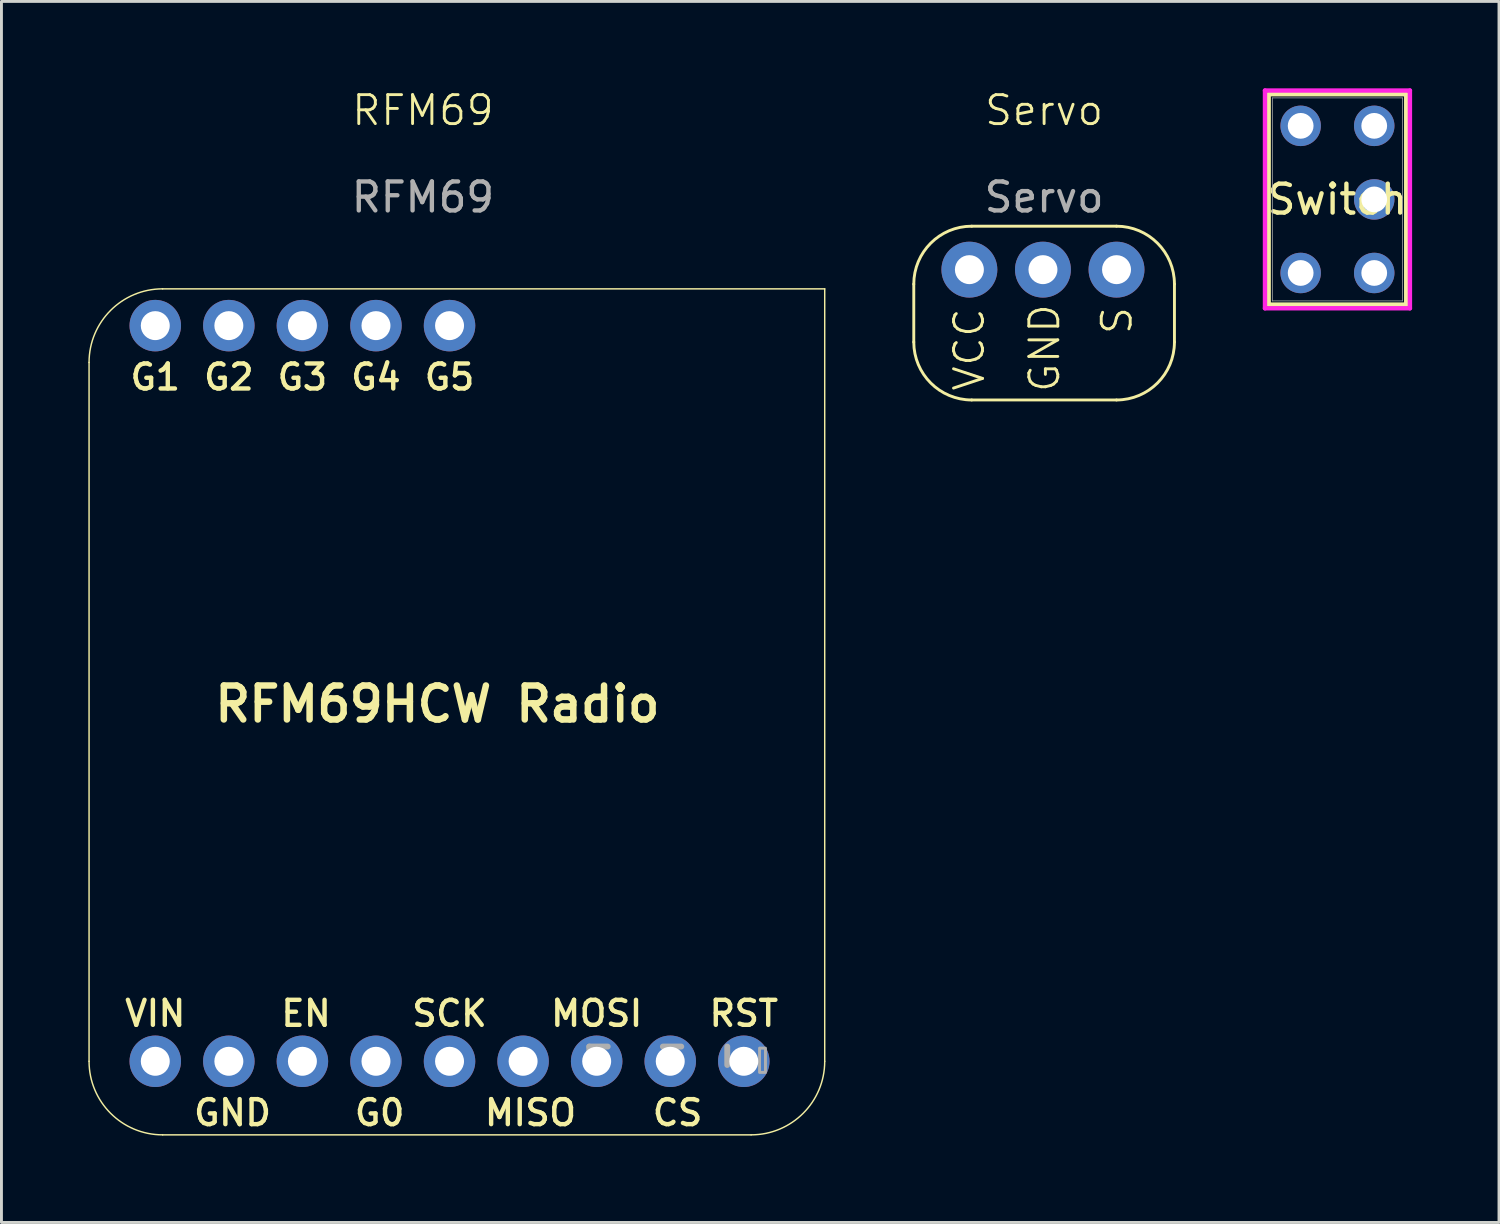
<source format=kicad_pcb>
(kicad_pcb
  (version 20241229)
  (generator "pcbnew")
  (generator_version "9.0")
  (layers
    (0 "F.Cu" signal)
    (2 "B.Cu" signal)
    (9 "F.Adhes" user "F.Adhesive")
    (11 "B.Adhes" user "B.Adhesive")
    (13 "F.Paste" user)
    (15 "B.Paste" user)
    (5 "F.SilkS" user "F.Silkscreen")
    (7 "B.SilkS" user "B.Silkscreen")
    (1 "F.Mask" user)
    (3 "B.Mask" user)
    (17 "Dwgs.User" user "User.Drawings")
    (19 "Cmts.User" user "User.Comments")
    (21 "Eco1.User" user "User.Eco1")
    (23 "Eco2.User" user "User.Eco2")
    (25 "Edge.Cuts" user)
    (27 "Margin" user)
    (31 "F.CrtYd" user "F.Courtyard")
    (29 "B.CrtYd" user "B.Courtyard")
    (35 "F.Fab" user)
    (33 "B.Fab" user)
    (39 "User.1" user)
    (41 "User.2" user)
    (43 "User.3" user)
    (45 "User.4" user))
  (footprint "Servo"
    (layer "F.Cu")
    (at 33 1.26)
    (property "Reference" "Servo" (at 0 -0.5 0) (unlocked yes) (layer "F.SilkS") (effects (font (size 1 1) (thickness 0.1))))
    (attr smd)
    (fp_line (start -4.5 7.5) (end -4.5 5.5) (stroke (width 0.1) (type default)) (layer "F.SilkS"))
    (fp_line (start -2.5 3.5) (end 2.5 3.5) (stroke (width 0.1) (type default)) (layer "F.SilkS"))
    (fp_line (start 2.5 9.5) (end -2.5 9.5) (stroke (width 0.1) (type default)) (layer "F.SilkS"))
    (fp_line (start 4.5 5.5) (end 4.5 7.5) (stroke (width 0.1) (type default)) (layer "F.SilkS"))
    (fp_arc (start -4.5 5.5) (mid -3.914214 4.085786) (end -2.5 3.5) (stroke (width 0.1) (type default)) (layer "F.SilkS"))
    (fp_arc (start -2.5 9.5) (mid -3.914214 8.914214) (end -4.5 7.5) (stroke (width 0.1) (type default)) (layer "F.SilkS"))
    (fp_arc (start 2.5 3.5) (mid 3.914214 4.085786) (end 4.5 5.5) (stroke (width 0.1) (type default)) (layer "F.SilkS"))
    (fp_arc (start 4.5 7.5) (mid 3.914214 8.914214) (end 2.5 9.5) (stroke (width 0.1) (type default)) (layer "F.SilkS"))
    (fp_text user "VCC" (at -2 9.25 90) (unlocked yes) (layer "F.SilkS") (effects (font (size 1 1) (thickness 0.1)) (justify left bottom)))
    (fp_text user "GND" (at 0.6 9.3 90) (unlocked yes) (layer "F.SilkS") (effects (font (size 1 1) (thickness 0.1)) (justify left bottom)))
    (fp_text user "S" (at 3.1 7.3 90) (unlocked yes) (layer "F.SilkS") (effects (font (size 1 1) (thickness 0.1)) (justify left bottom)))
    (fp_text user "${REFERENCE}" (at 0 2.5 0) (unlocked yes) (layer "F.Fab") (effects (font (size 1 1) (thickness 0.15))))
    (pad "1" thru_hole circle (at -2.58 5 90) (size 1.93 1.93) (drill 1) (layers "*.Cu" "*.Mask"))
    (pad "2" thru_hole circle (at -0.04 5 90) (size 1.93 1.93) (drill 1) (layers "*.Cu" "*.Mask"))
    (pad "3" thru_hole circle (at 2.5 5 90) (size 1.93 1.93) (drill 1) (layers "*.Cu" "*.Mask")))
  (footprint "Switch"
    (layer "F.Cu")
    (at 41.858 1.295)
    (property "Reference" "Switch" (at 1.27 2.54 0) (unlocked yes) (layer "F.SilkS") (effects (font (size 1 1) (thickness 0.15))))
    (attr through_hole)
    (fp_line (start -1.105 -1.092) (end -1.105 6.172) (stroke (width 0.152) (type solid)) (layer "F.SilkS"))
    (fp_line (start -1.105 6.172) (end 3.645 6.172) (stroke (width 0.152) (type solid)) (layer "F.SilkS"))
    (fp_line (start 3.645 -1.092) (end -1.105 -1.092) (stroke (width 0.152) (type solid)) (layer "F.SilkS"))
    (fp_line (start 3.645 6.172) (end 3.645 -1.092) (stroke (width 0.152) (type solid)) (layer "F.SilkS"))
    (fp_line (start -1.232 -1.219) (end -1.232 6.299) (stroke (width 0.152) (type solid)) (layer "F.CrtYd"))
    (fp_line (start -1.232 6.299) (end 3.772 6.299) (stroke (width 0.152) (type solid)) (layer "F.CrtYd"))
    (fp_line (start 3.772 -1.219) (end -1.232 -1.219) (stroke (width 0.152) (type solid)) (layer "F.CrtYd"))
    (fp_line (start 3.772 6.299) (end 3.772 -1.219) (stroke (width 0.152) (type solid)) (layer "F.CrtYd"))
    (fp_line (start -0.978 -0.965) (end -0.978 6.045) (stroke (width 0.025) (type solid)) (layer "F.Fab"))
    (fp_line (start -0.978 6.045) (end 3.518 6.045) (stroke (width 0.025) (type solid)) (layer "F.Fab"))
    (fp_line (start 3.518 -0.965) (end -0.978 -0.965) (stroke (width 0.025) (type solid)) (layer "F.Fab"))
    (fp_line (start 3.518 6.045) (end 3.518 -0.965) (stroke (width 0.025) (type solid)) (layer "F.Fab"))
    (pad "1" thru_hole circle (at 0 0) (size 1.397 1.397) (drill 0.889) (layers "*.Cu" "*.Mask"))
    (pad "2" thru_hole circle (at 2.54 0) (size 1.397 1.397) (drill 0.889) (layers "*.Cu" "*.Mask"))
    (pad "4" thru_hole circle (at 2.54 2.54) (size 1.397 1.397) (drill 0.889) (layers "*.Cu" "*.Mask"))
    (pad "5" thru_hole circle (at 0 5.08) (size 1.397 1.397) (drill 0.889) (layers "*.Cu" "*.Mask"))
    (pad "6" thru_hole circle (at 2.54 5.08) (size 1.397 1.397) (drill 0.889) (layers "*.Cu" "*.Mask")))
  (footprint "RFM69"
    (layer "F.Cu")
    (at 11.552 1.26)
    (property "Reference" "RFM69" (at 0 -0.5 0) (unlocked yes) (layer "F.SilkS") (effects (font (size 1 1) (thickness 0.1))))
    (attr smd)
    (fp_line (start -11.527 32.333) (end -11.527 8.203) (stroke (width 0.05) (type solid)) (layer "F.SilkS"))
    (fp_line (start -8.987 5.663) (end 13.873 5.663) (stroke (width 0.05) (type solid)) (layer "F.SilkS"))
    (fp_line (start 11.333 34.873) (end -8.987 34.873) (stroke (width 0.05) (type solid)) (layer "F.SilkS"))
    (fp_line (start 13.873 5.663) (end 13.873 32.333) (stroke (width 0.05) (type solid)) (layer "F.SilkS"))
    (fp_arc (start -11.527 8.203) (mid -10.783051 6.406949) (end -8.987 5.663) (stroke (width 0.05) (type solid)) (layer "F.SilkS"))
    (fp_arc (start -8.987 34.873) (mid -10.783051 34.129051) (end -11.527 32.333) (stroke (width 0.05) (type solid)) (layer "F.SilkS"))
    (fp_arc (start 13.873 32.333) (mid 13.129051 34.129051) (end 11.333 34.873) (stroke (width 0.05) (type solid)) (layer "F.SilkS"))
    (fp_line (start 5.745 31.825) (end 6.38 31.825) (stroke (width 0.203) (type solid)) (layer "F.Fab"))
    (fp_line (start 5.745 32.46) (end 5.745 31.825) (stroke (width 0.203) (type solid)) (layer "F.Fab"))
    (fp_line (start 8.285 31.825) (end 8.92 31.825) (stroke (width 0.203) (type solid)) (layer "F.Fab"))
    (fp_line (start 10.508 31.825) (end 10.508 32.46) (stroke (width 0.203) (type solid)) (layer "F.Fab"))
    (fp_poly (pts (xy 11.623 32.717) (xy 11.827 32.717) (xy 11.827 31.879) (xy 11.623 31.879)) (stroke (width 0.1) (type default)) (fill no) (layer "F.Fab"))
    (fp_text user "EN" (at -4.034 30.682 0) (unlocked yes) (layer "F.SilkS") (effects (font (size 0.864 0.864) (thickness 0.152))))
    (fp_text user "G0" (at -1.494 34.111 0) (unlocked yes) (layer "F.SilkS") (effects (font (size 0.864 0.864) (thickness 0.152))))
    (fp_text user "G1" (at -9.241 8.711 0) (unlocked yes) (layer "F.SilkS") (effects (font (size 0.864 0.864) (thickness 0.152))))
    (fp_text user "GND" (at -6.574 34.111 0) (unlocked yes) (layer "F.SilkS") (effects (font (size 0.864 0.864) (thickness 0.152))))
    (fp_text user "MISO" (at 3.713 34.111 0) (unlocked yes) (layer "F.SilkS") (effects (font (size 0.864 0.864) (thickness 0.152))))
    (fp_text user "VIN" (at -9.241 30.682 0) (unlocked yes) (layer "F.SilkS") (effects (font (size 0.864 0.864) (thickness 0.152))))
    (fp_text user "G4" (at -1.621 8.711 0) (unlocked yes) (layer "F.SilkS") (effects (font (size 0.864 0.864) (thickness 0.152))))
    (fp_text user "SCK" (at 0.919 30.682 0) (unlocked yes) (layer "F.SilkS") (effects (font (size 0.864 0.864) (thickness 0.152))))
    (fp_text user "G3" (at -4.161 8.711 0) (unlocked yes) (layer "F.SilkS") (effects (font (size 0.864 0.864) (thickness 0.152))))
    (fp_text user "G2" (at -6.701 8.711 0) (unlocked yes) (layer "F.SilkS") (effects (font (size 0.864 0.864) (thickness 0.152))))
    (fp_text user "G5" (at 0.919 8.711 0) (unlocked yes) (layer "F.SilkS") (effects (font (size 0.864 0.864) (thickness 0.152))))
    (fp_text user "CS" (at 8.793 34.111 0) (unlocked yes) (layer "F.SilkS") (effects (font (size 0.864 0.864) (thickness 0.152))))
    (fp_text user "MOSI" (at 5.999 30.682 0) (unlocked yes) (layer "F.SilkS") (effects (font (size 0.864 0.864) (thickness 0.152))))
    (fp_text user "RST" (at 11.079 30.682 0) (unlocked yes) (layer "F.SilkS") (effects (font (size 0.864 0.864) (thickness 0.152))))
    (fp_text user "RFM69HCW Radio" (at 0.5 20 0) (unlocked yes) (layer "F.SilkS") (effects (font (size 1.173 1.173) (thickness 0.224))))
    (fp_text user "${REFERENCE}" (at 0 2.5 0) (unlocked yes) (layer "F.Fab") (effects (font (size 1 1) (thickness 0.15))))
    (pad "1" thru_hole circle (at -9.241 32.333 90) (size 1.778 1.778) (drill 1) (layers "*.Cu" "*.Mask"))
    (pad "2" thru_hole circle (at -6.701 32.333 90) (size 1.778 1.778) (drill 1) (layers "*.Cu" "*.Mask"))
    (pad "3" thru_hole circle (at -4.161 32.333 90) (size 1.778 1.778) (drill 1) (layers "*.Cu" "*.Mask"))
    (pad "4" thru_hole circle (at -1.621 32.333 90) (size 1.778 1.778) (drill 1) (layers "*.Cu" "*.Mask"))
    (pad "5" thru_hole circle (at 0.919 32.333 90) (size 1.778 1.778) (drill 1) (layers "*.Cu" "*.Mask"))
    (pad "6" thru_hole circle (at 3.459 32.333 90) (size 1.778 1.778) (drill 1) (layers "*.Cu" "*.Mask"))
    (pad "7" thru_hole circle (at 5.999 32.333 90) (size 1.778 1.778) (drill 1) (layers "*.Cu" "*.Mask"))
    (pad "8" thru_hole circle (at 8.539 32.333 90) (size 1.778 1.778) (drill 1) (layers "*.Cu" "*.Mask"))
    (pad "9" thru_hole circle (at 11.079 32.333 90) (size 1.778 1.778) (drill 1) (layers "*.Cu" "*.Mask"))
    (pad "10" thru_hole circle (at -9.241 6.933 90) (size 1.778 1.778) (drill 1) (layers "*.Cu" "*.Mask"))
    (pad "11" thru_hole circle (at -6.701 6.933 90) (size 1.778 1.778) (drill 1) (layers "*.Cu" "*.Mask"))
    (pad "12" thru_hole circle (at -4.161 6.933 90) (size 1.778 1.778) (drill 1) (layers "*.Cu" "*.Mask"))
    (pad "13" thru_hole circle (at -1.621 6.933 90) (size 1.778 1.778) (drill 1) (layers "*.Cu" "*.Mask"))
    (pad "14" thru_hole circle (at 0.919 6.933 90) (size 1.778 1.778) (drill 1) (layers "*.Cu" "*.Mask")))
  (gr_rect
    (start -3 -3)
    (end 48.706 39.158)
    (stroke (width 0.1) (type default))
    (fill no)
    (layer "Edge.Cuts")))
</source>
